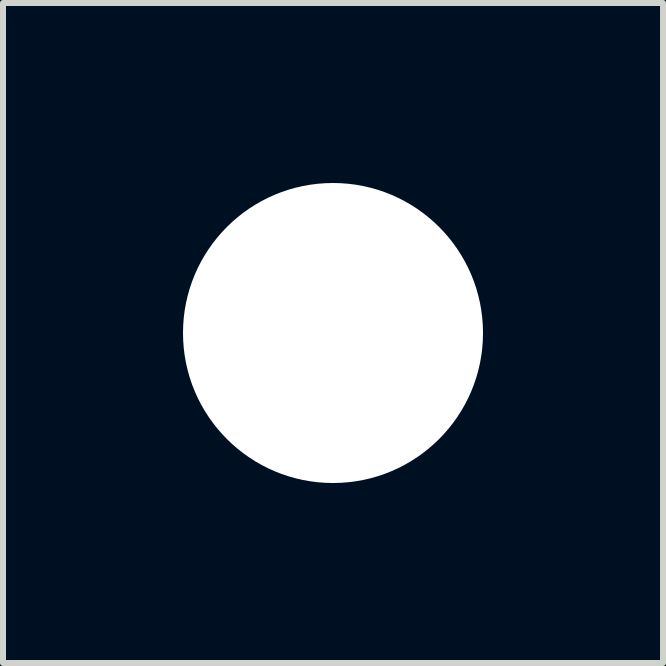
<source format=kicad_pcb>
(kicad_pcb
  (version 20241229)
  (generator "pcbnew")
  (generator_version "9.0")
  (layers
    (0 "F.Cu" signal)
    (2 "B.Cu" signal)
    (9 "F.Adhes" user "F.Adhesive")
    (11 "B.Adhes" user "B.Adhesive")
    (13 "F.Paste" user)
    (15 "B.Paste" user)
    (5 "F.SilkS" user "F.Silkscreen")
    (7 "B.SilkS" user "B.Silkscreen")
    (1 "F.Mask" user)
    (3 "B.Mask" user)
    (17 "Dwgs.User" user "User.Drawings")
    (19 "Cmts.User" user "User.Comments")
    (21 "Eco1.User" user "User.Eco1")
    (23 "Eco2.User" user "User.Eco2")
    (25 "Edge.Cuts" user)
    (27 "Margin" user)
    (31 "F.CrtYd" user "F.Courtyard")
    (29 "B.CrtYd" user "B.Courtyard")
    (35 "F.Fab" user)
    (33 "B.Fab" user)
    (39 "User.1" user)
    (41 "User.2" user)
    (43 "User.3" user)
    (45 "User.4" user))
  (footprint "hole"
    (layer "F.Cu")
    (at 2.5 2.5)
    (property "Reference" "hole" (at 0 0 0) (layer "F.SilkS") (effects (font (size 1 1) (thickness 0.15))))
    (attr through_hole)
    (pad "" np_thru_hole circle (at 0 0) (size 5 5) (drill 5) (layers "*.Cu" "*.Mask")))
  (gr_rect
    (start -3 -3)
    (end 8 8)
    (stroke (width 0.1) (type default))
    (fill no)
    (layer "Edge.Cuts")))
</source>
